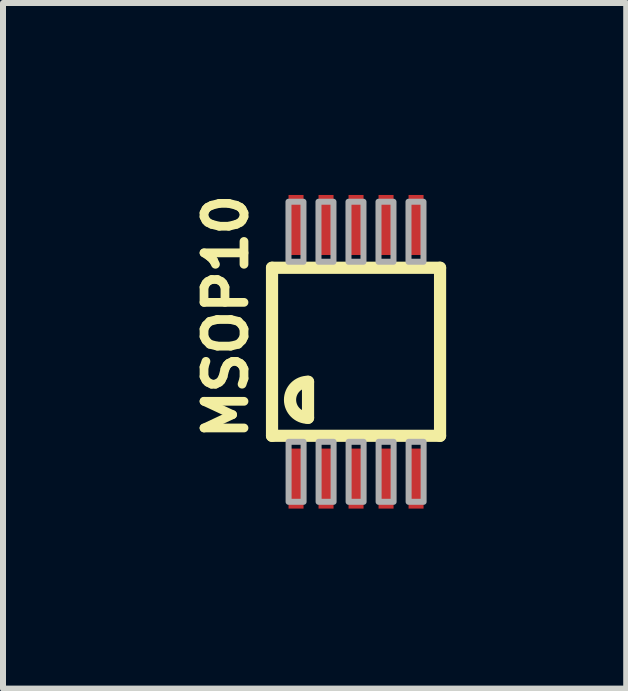
<source format=kicad_pcb>
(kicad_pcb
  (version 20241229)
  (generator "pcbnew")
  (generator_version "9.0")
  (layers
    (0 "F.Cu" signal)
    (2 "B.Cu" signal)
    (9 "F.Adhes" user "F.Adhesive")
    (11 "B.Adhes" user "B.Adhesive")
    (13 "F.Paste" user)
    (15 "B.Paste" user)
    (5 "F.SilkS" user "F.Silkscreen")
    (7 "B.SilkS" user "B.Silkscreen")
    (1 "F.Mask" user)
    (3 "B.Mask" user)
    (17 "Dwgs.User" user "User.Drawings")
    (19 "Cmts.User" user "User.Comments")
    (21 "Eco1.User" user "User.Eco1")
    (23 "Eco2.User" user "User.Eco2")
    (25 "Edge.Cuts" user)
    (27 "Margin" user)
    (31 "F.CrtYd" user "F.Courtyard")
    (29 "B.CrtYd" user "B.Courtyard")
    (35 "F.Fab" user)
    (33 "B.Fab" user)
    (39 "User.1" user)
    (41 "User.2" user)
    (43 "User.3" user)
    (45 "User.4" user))
  (footprint "MSOP10"
    (layer "F.Cu")
    (at 2.883 2.812)
    (property "Reference" "MSOP10" (at -1.778 1.524 90) (layer "F.SilkS") (effects (font (size 0.666 0.666) (thickness 0.146)) (justify left bottom)))
    (fp_line (start -1.4 -1.4) (end 1.4 -1.4) (stroke (width 0.203) (type solid)) (layer "F.SilkS"))
    (fp_line (start -1.4 1.4) (end -1.4 -1.4) (stroke (width 0.203) (type solid)) (layer "F.SilkS"))
    (fp_line (start -0.8 0.5) (end -0.8 1.1) (stroke (width 0.203) (type solid)) (layer "F.SilkS"))
    (fp_line (start 1.4 -1.4) (end 1.4 1.4) (stroke (width 0.203) (type solid)) (layer "F.SilkS"))
    (fp_line (start 1.4 1.4) (end -1.4 1.4) (stroke (width 0.203) (type solid)) (layer "F.SilkS"))
    (fp_arc (start -0.8 1.1) (mid -1.1 0.8) (end -0.8 0.5) (stroke (width 0.2032) (type solid)) (layer "F.SilkS"))
    (fp_poly (pts (xy -1.124 2.5) (xy -0.874 2.5) (xy -0.874 1.5) (xy -1.124 1.5)) (stroke (width 0.1) (type default)) (fill no) (layer "F.Fab"))
    (fp_poly (pts (xy -0.876 -2.5) (xy -1.126 -2.5) (xy -1.126 -1.5) (xy -0.876 -1.5)) (stroke (width 0.1) (type default)) (fill no) (layer "F.Fab"))
    (fp_poly (pts (xy -0.624 2.5) (xy -0.374 2.5) (xy -0.374 1.5) (xy -0.624 1.5)) (stroke (width 0.1) (type default)) (fill no) (layer "F.Fab"))
    (fp_poly (pts (xy -0.376 -2.5) (xy -0.626 -2.5) (xy -0.626 -1.5) (xy -0.376 -1.5)) (stroke (width 0.1) (type default)) (fill no) (layer "F.Fab"))
    (fp_poly (pts (xy -0.124 2.5) (xy 0.126 2.5) (xy 0.126 1.5) (xy -0.124 1.5)) (stroke (width 0.1) (type default)) (fill no) (layer "F.Fab"))
    (fp_poly (pts (xy 0.124 -2.5) (xy -0.126 -2.5) (xy -0.126 -1.5) (xy 0.124 -1.5)) (stroke (width 0.1) (type default)) (fill no) (layer "F.Fab"))
    (fp_poly (pts (xy 0.376 2.5) (xy 0.626 2.5) (xy 0.626 1.5) (xy 0.376 1.5)) (stroke (width 0.1) (type default)) (fill no) (layer "F.Fab"))
    (fp_poly (pts (xy 0.624 -2.5) (xy 0.374 -2.5) (xy 0.374 -1.5) (xy 0.624 -1.5)) (stroke (width 0.1) (type default)) (fill no) (layer "F.Fab"))
    (fp_poly (pts (xy 0.876 2.5) (xy 1.126 2.5) (xy 1.126 1.5) (xy 0.876 1.5)) (stroke (width 0.1) (type default)) (fill no) (layer "F.Fab"))
    (fp_poly (pts (xy 1.124 -2.5) (xy 0.874 -2.5) (xy 0.874 -1.5) (xy 1.124 -1.5)) (stroke (width 0.1) (type default)) (fill no) (layer "F.Fab"))
    (pad "1" smd rect (at -1 2.113) (size 0.25 1) (layers "F.Cu" "F.Mask" "F.Paste"))
    (pad "2" smd rect (at -0.5 2.113) (size 0.25 1) (layers "F.Cu" "F.Mask" "F.Paste"))
    (pad "3" smd rect (at 0 2.113) (size 0.25 1) (layers "F.Cu" "F.Mask" "F.Paste"))
    (pad "4" smd rect (at 0.5 2.113) (size 0.25 1) (layers "F.Cu" "F.Mask" "F.Paste"))
    (pad "5" smd rect (at 1 2.113) (size 0.25 1) (layers "F.Cu" "F.Mask" "F.Paste"))
    (pad "6" smd rect (at 1 -2.113 180) (size 0.25 1) (layers "F.Cu" "F.Mask" "F.Paste"))
    (pad "7" smd rect (at 0.5 -2.113 180) (size 0.25 1) (layers "F.Cu" "F.Mask" "F.Paste"))
    (pad "8" smd rect (at 0 -2.113 180) (size 0.25 1) (layers "F.Cu" "F.Mask" "F.Paste"))
    (pad "9" smd rect (at -0.5 -2.113 180) (size 0.25 1) (layers "F.Cu" "F.Mask" "F.Paste"))
    (pad "10" smd rect (at -1 -2.113 180) (size 0.25 1) (layers "F.Cu" "F.Mask" "F.Paste")))
  (gr_rect
    (start -3 -3)
    (end 7.385 8.425)
    (stroke (width 0.1) (type default))
    (fill no)
    (layer "Edge.Cuts")))
</source>
